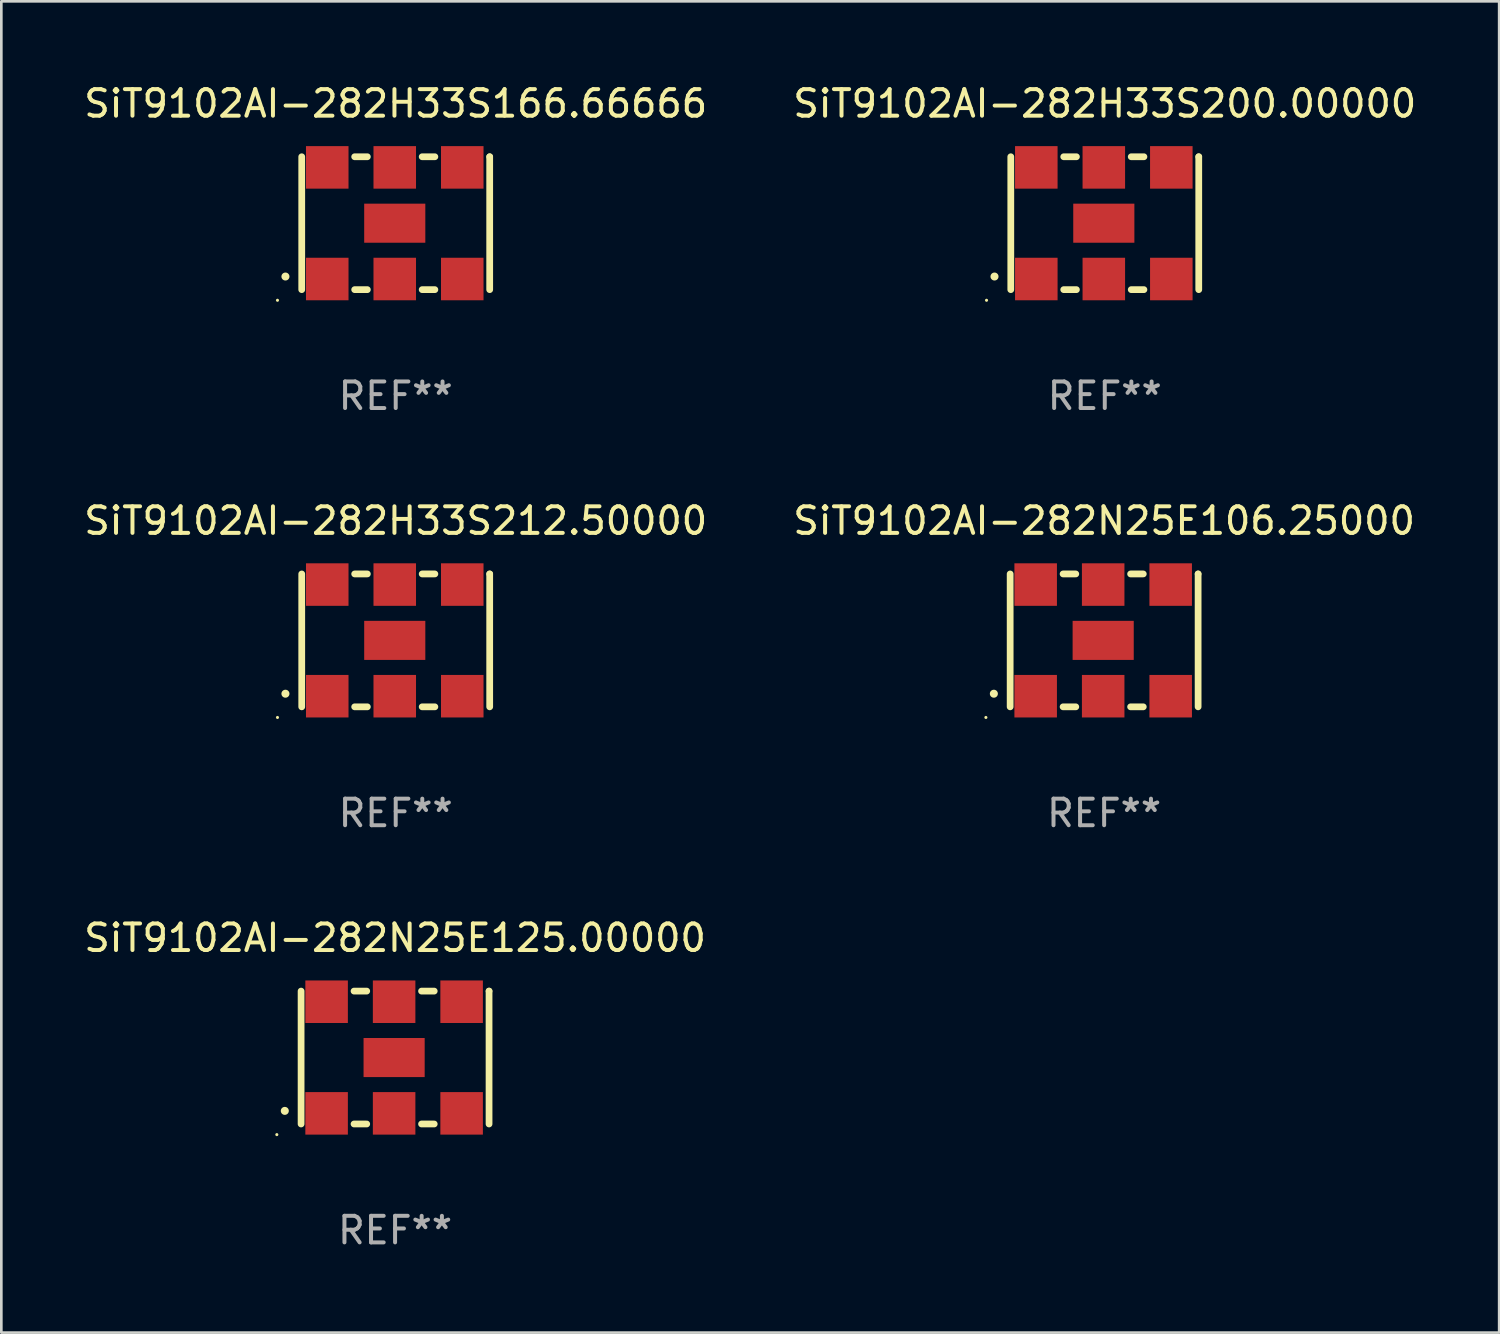
<source format=kicad_pcb>
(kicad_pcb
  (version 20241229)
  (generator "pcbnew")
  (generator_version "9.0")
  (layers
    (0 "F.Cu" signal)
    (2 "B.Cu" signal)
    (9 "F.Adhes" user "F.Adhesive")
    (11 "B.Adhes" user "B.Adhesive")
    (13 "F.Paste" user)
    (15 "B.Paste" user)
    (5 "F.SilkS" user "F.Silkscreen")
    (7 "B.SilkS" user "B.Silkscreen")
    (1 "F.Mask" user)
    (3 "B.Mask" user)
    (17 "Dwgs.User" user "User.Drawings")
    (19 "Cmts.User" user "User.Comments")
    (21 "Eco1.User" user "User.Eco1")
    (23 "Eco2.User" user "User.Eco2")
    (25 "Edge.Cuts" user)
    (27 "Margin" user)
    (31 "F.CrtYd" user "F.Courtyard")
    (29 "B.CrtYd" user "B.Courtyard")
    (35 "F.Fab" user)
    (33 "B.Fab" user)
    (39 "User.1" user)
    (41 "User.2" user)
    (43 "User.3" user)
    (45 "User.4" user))
  (footprint "SiT9102AI-282N25E106.25000"
    (layer "F.Cu")
    (at 38.494 21.045)
    (property "Reference" "SiT9102AI-282N25E106.25000" (at 0 -4.5 0) (layer "F.SilkS") (effects (font (size 1 1) (thickness 0.15))))
    (attr through_hole)
    (fp_line (start -3.536 -2.5) (end -3.536 2.5) (stroke (width 0.254) (type solid)) (layer "F.SilkS"))
    (fp_line (start -1.544 2.5) (end -1.067 2.5) (stroke (width 0.254) (type solid)) (layer "F.SilkS"))
    (fp_line (start -1.067 -2.5) (end -1.544 -2.5) (stroke (width 0.254) (type solid)) (layer "F.SilkS"))
    (fp_line (start 0.996 2.5) (end 1.473 2.5) (stroke (width 0.254) (type solid)) (layer "F.SilkS"))
    (fp_line (start 1.473 -2.5) (end 0.996 -2.5) (stroke (width 0.254) (type solid)) (layer "F.SilkS"))
    (fp_line (start 3.536 -2.5) (end 3.536 -2.5) (stroke (width 0.254) (type solid)) (layer "F.SilkS"))
    (fp_line (start 3.536 2.5) (end 3.536 -2.5) (stroke (width 0.254) (type solid)) (layer "F.SilkS"))
    (fp_arc (start -4.150432 2.006604) (mid -4.149162 2.006599) (end -4.147892 2.006604) (stroke (width 0.3) (type solid)) (layer "F.SilkS"))
    (fp_circle (center -4.449 2.9) (end -4.419 2.9) (stroke (width 0.06) (type solid)) (fill no) (layer "F.SilkS"))
    (fp_text user "REF**" (at 0 6.5 0) (layer "F.Fab") (effects (font (size 1 1) (thickness 0.15))))
    (pad "1" smd rect (at -2.576 2.1) (size 1.6 1.6) (layers "F.Cu" "F.Mask" "F.Paste"))
    (pad "2" smd rect (at -0.036 2.1) (size 1.6 1.6) (layers "F.Cu" "F.Mask" "F.Paste"))
    (pad "3" smd rect (at 2.504 2.1) (size 1.6 1.6) (layers "F.Cu" "F.Mask" "F.Paste"))
    (pad "4" smd rect (at 2.504 -2.1) (size 1.6 1.6) (layers "F.Cu" "F.Mask" "F.Paste"))
    (pad "5" smd rect (at -0.036 -2.1) (size 1.6 1.6) (layers "F.Cu" "F.Mask" "F.Paste"))
    (pad "6" smd rect (at -2.576 -2.1) (size 1.6 1.6) (layers "F.Cu" "F.Mask" "F.Paste"))
    (pad "7" smd rect (at -0.036 0) (size 2.3 1.47) (layers "F.Cu" "F.Mask" "F.Paste")))
  (footprint "SiT9102AI-282H33S212.50000"
    (layer "F.Cu")
    (at 11.839 21.045)
    (property "Reference" "SiT9102AI-282H33S212.50000" (at 0 -4.5 0) (layer "F.SilkS") (effects (font (size 1 1) (thickness 0.15))))
    (attr through_hole)
    (fp_line (start -3.536 -2.5) (end -3.536 2.5) (stroke (width 0.254) (type solid)) (layer "F.SilkS"))
    (fp_line (start -1.544 2.5) (end -1.067 2.5) (stroke (width 0.254) (type solid)) (layer "F.SilkS"))
    (fp_line (start -1.067 -2.5) (end -1.544 -2.5) (stroke (width 0.254) (type solid)) (layer "F.SilkS"))
    (fp_line (start 0.996 2.5) (end 1.473 2.5) (stroke (width 0.254) (type solid)) (layer "F.SilkS"))
    (fp_line (start 1.473 -2.5) (end 0.996 -2.5) (stroke (width 0.254) (type solid)) (layer "F.SilkS"))
    (fp_line (start 3.536 -2.5) (end 3.536 -2.5) (stroke (width 0.254) (type solid)) (layer "F.SilkS"))
    (fp_line (start 3.536 2.5) (end 3.536 -2.5) (stroke (width 0.254) (type solid)) (layer "F.SilkS"))
    (fp_arc (start -4.150432 2.006604) (mid -4.149162 2.006599) (end -4.147892 2.006604) (stroke (width 0.3) (type solid)) (layer "F.SilkS"))
    (fp_circle (center -4.449 2.9) (end -4.419 2.9) (stroke (width 0.06) (type solid)) (fill no) (layer "F.SilkS"))
    (fp_text user "REF**" (at 0 6.5 0) (layer "F.Fab") (effects (font (size 1 1) (thickness 0.15))))
    (pad "1" smd rect (at -2.576 2.1) (size 1.6 1.6) (layers "F.Cu" "F.Mask" "F.Paste"))
    (pad "2" smd rect (at -0.036 2.1) (size 1.6 1.6) (layers "F.Cu" "F.Mask" "F.Paste"))
    (pad "3" smd rect (at 2.504 2.1) (size 1.6 1.6) (layers "F.Cu" "F.Mask" "F.Paste"))
    (pad "4" smd rect (at 2.504 -2.1) (size 1.6 1.6) (layers "F.Cu" "F.Mask" "F.Paste"))
    (pad "5" smd rect (at -0.036 -2.1) (size 1.6 1.6) (layers "F.Cu" "F.Mask" "F.Paste"))
    (pad "6" smd rect (at -2.576 -2.1) (size 1.6 1.6) (layers "F.Cu" "F.Mask" "F.Paste"))
    (pad "7" smd rect (at -0.036 0) (size 2.3 1.47) (layers "F.Cu" "F.Mask" "F.Paste")))
  (footprint "SiT9102AI-282N25E125.00000"
    (layer "F.Cu")
    (at 11.815 36.741)
    (property "Reference" "SiT9102AI-282N25E125.00000" (at 0 -4.5 0) (layer "F.SilkS") (effects (font (size 1 1) (thickness 0.15))))
    (attr through_hole)
    (fp_line (start -3.536 -2.5) (end -3.536 2.5) (stroke (width 0.254) (type solid)) (layer "F.SilkS"))
    (fp_line (start -1.544 2.5) (end -1.067 2.5) (stroke (width 0.254) (type solid)) (layer "F.SilkS"))
    (fp_line (start -1.067 -2.5) (end -1.544 -2.5) (stroke (width 0.254) (type solid)) (layer "F.SilkS"))
    (fp_line (start 0.996 2.5) (end 1.473 2.5) (stroke (width 0.254) (type solid)) (layer "F.SilkS"))
    (fp_line (start 1.473 -2.5) (end 0.996 -2.5) (stroke (width 0.254) (type solid)) (layer "F.SilkS"))
    (fp_line (start 3.536 -2.5) (end 3.536 -2.5) (stroke (width 0.254) (type solid)) (layer "F.SilkS"))
    (fp_line (start 3.536 2.5) (end 3.536 -2.5) (stroke (width 0.254) (type solid)) (layer "F.SilkS"))
    (fp_arc (start -4.150432 2.006604) (mid -4.149162 2.006599) (end -4.147892 2.006604) (stroke (width 0.3) (type solid)) (layer "F.SilkS"))
    (fp_circle (center -4.449 2.9) (end -4.419 2.9) (stroke (width 0.06) (type solid)) (fill no) (layer "F.SilkS"))
    (fp_text user "REF**" (at 0 6.5 0) (layer "F.Fab") (effects (font (size 1 1) (thickness 0.15))))
    (pad "1" smd rect (at -2.576 2.1) (size 1.6 1.6) (layers "F.Cu" "F.Mask" "F.Paste"))
    (pad "2" smd rect (at -0.036 2.1) (size 1.6 1.6) (layers "F.Cu" "F.Mask" "F.Paste"))
    (pad "3" smd rect (at 2.504 2.1) (size 1.6 1.6) (layers "F.Cu" "F.Mask" "F.Paste"))
    (pad "4" smd rect (at 2.504 -2.1) (size 1.6 1.6) (layers "F.Cu" "F.Mask" "F.Paste"))
    (pad "5" smd rect (at -0.036 -2.1) (size 1.6 1.6) (layers "F.Cu" "F.Mask" "F.Paste"))
    (pad "6" smd rect (at -2.576 -2.1) (size 1.6 1.6) (layers "F.Cu" "F.Mask" "F.Paste"))
    (pad "7" smd rect (at -0.036 0) (size 2.3 1.47) (layers "F.Cu" "F.Mask" "F.Paste")))
  (footprint "SiT9102AI-282H33S166.66666"
    (layer "F.Cu")
    (at 11.839 5.348)
    (property "Reference" "SiT9102AI-282H33S166.66666" (at 0 -4.5 0) (layer "F.SilkS") (effects (font (size 1 1) (thickness 0.15))))
    (attr through_hole)
    (fp_line (start -3.536 -2.5) (end -3.536 2.5) (stroke (width 0.254) (type solid)) (layer "F.SilkS"))
    (fp_line (start -1.544 2.5) (end -1.067 2.5) (stroke (width 0.254) (type solid)) (layer "F.SilkS"))
    (fp_line (start -1.067 -2.5) (end -1.544 -2.5) (stroke (width 0.254) (type solid)) (layer "F.SilkS"))
    (fp_line (start 0.996 2.5) (end 1.473 2.5) (stroke (width 0.254) (type solid)) (layer "F.SilkS"))
    (fp_line (start 1.473 -2.5) (end 0.996 -2.5) (stroke (width 0.254) (type solid)) (layer "F.SilkS"))
    (fp_line (start 3.536 -2.5) (end 3.536 -2.5) (stroke (width 0.254) (type solid)) (layer "F.SilkS"))
    (fp_line (start 3.536 2.5) (end 3.536 -2.5) (stroke (width 0.254) (type solid)) (layer "F.SilkS"))
    (fp_arc (start -4.150432 2.006604) (mid -4.149162 2.006599) (end -4.147892 2.006604) (stroke (width 0.3) (type solid)) (layer "F.SilkS"))
    (fp_circle (center -4.449 2.9) (end -4.419 2.9) (stroke (width 0.06) (type solid)) (fill no) (layer "F.SilkS"))
    (fp_text user "REF**" (at 0 6.5 0) (layer "F.Fab") (effects (font (size 1 1) (thickness 0.15))))
    (pad "1" smd rect (at -2.576 2.1) (size 1.6 1.6) (layers "F.Cu" "F.Mask" "F.Paste"))
    (pad "2" smd rect (at -0.036 2.1) (size 1.6 1.6) (layers "F.Cu" "F.Mask" "F.Paste"))
    (pad "3" smd rect (at 2.504 2.1) (size 1.6 1.6) (layers "F.Cu" "F.Mask" "F.Paste"))
    (pad "4" smd rect (at 2.504 -2.1) (size 1.6 1.6) (layers "F.Cu" "F.Mask" "F.Paste"))
    (pad "5" smd rect (at -0.036 -2.1) (size 1.6 1.6) (layers "F.Cu" "F.Mask" "F.Paste"))
    (pad "6" smd rect (at -2.576 -2.1) (size 1.6 1.6) (layers "F.Cu" "F.Mask" "F.Paste"))
    (pad "7" smd rect (at -0.036 0) (size 2.3 1.47) (layers "F.Cu" "F.Mask" "F.Paste")))
  (footprint "SiT9102AI-282H33S200.00000"
    (layer "F.Cu")
    (at 38.518 5.348)
    (property "Reference" "SiT9102AI-282H33S200.00000" (at 0 -4.5 0) (layer "F.SilkS") (effects (font (size 1 1) (thickness 0.15))))
    (attr through_hole)
    (fp_line (start -3.536 -2.5) (end -3.536 2.5) (stroke (width 0.254) (type solid)) (layer "F.SilkS"))
    (fp_line (start -1.544 2.5) (end -1.067 2.5) (stroke (width 0.254) (type solid)) (layer "F.SilkS"))
    (fp_line (start -1.067 -2.5) (end -1.544 -2.5) (stroke (width 0.254) (type solid)) (layer "F.SilkS"))
    (fp_line (start 0.996 2.5) (end 1.473 2.5) (stroke (width 0.254) (type solid)) (layer "F.SilkS"))
    (fp_line (start 1.473 -2.5) (end 0.996 -2.5) (stroke (width 0.254) (type solid)) (layer "F.SilkS"))
    (fp_line (start 3.536 -2.5) (end 3.536 -2.5) (stroke (width 0.254) (type solid)) (layer "F.SilkS"))
    (fp_line (start 3.536 2.5) (end 3.536 -2.5) (stroke (width 0.254) (type solid)) (layer "F.SilkS"))
    (fp_arc (start -4.150432 2.006604) (mid -4.149162 2.006599) (end -4.147892 2.006604) (stroke (width 0.3) (type solid)) (layer "F.SilkS"))
    (fp_circle (center -4.449 2.9) (end -4.419 2.9) (stroke (width 0.06) (type solid)) (fill no) (layer "F.SilkS"))
    (fp_text user "REF**" (at 0 6.5 0) (layer "F.Fab") (effects (font (size 1 1) (thickness 0.15))))
    (pad "1" smd rect (at -2.576 2.1) (size 1.6 1.6) (layers "F.Cu" "F.Mask" "F.Paste"))
    (pad "2" smd rect (at -0.036 2.1) (size 1.6 1.6) (layers "F.Cu" "F.Mask" "F.Paste"))
    (pad "3" smd rect (at 2.504 2.1) (size 1.6 1.6) (layers "F.Cu" "F.Mask" "F.Paste"))
    (pad "4" smd rect (at 2.504 -2.1) (size 1.6 1.6) (layers "F.Cu" "F.Mask" "F.Paste"))
    (pad "5" smd rect (at -0.036 -2.1) (size 1.6 1.6) (layers "F.Cu" "F.Mask" "F.Paste"))
    (pad "6" smd rect (at -2.576 -2.1) (size 1.6 1.6) (layers "F.Cu" "F.Mask" "F.Paste"))
    (pad "7" smd rect (at -0.036 0) (size 2.3 1.47) (layers "F.Cu" "F.Mask" "F.Paste")))
  (gr_rect
    (start -3 -3)
    (end 53.357 47.09)
    (stroke (width 0.1) (type default))
    (fill no)
    (layer "Edge.Cuts")))
</source>
